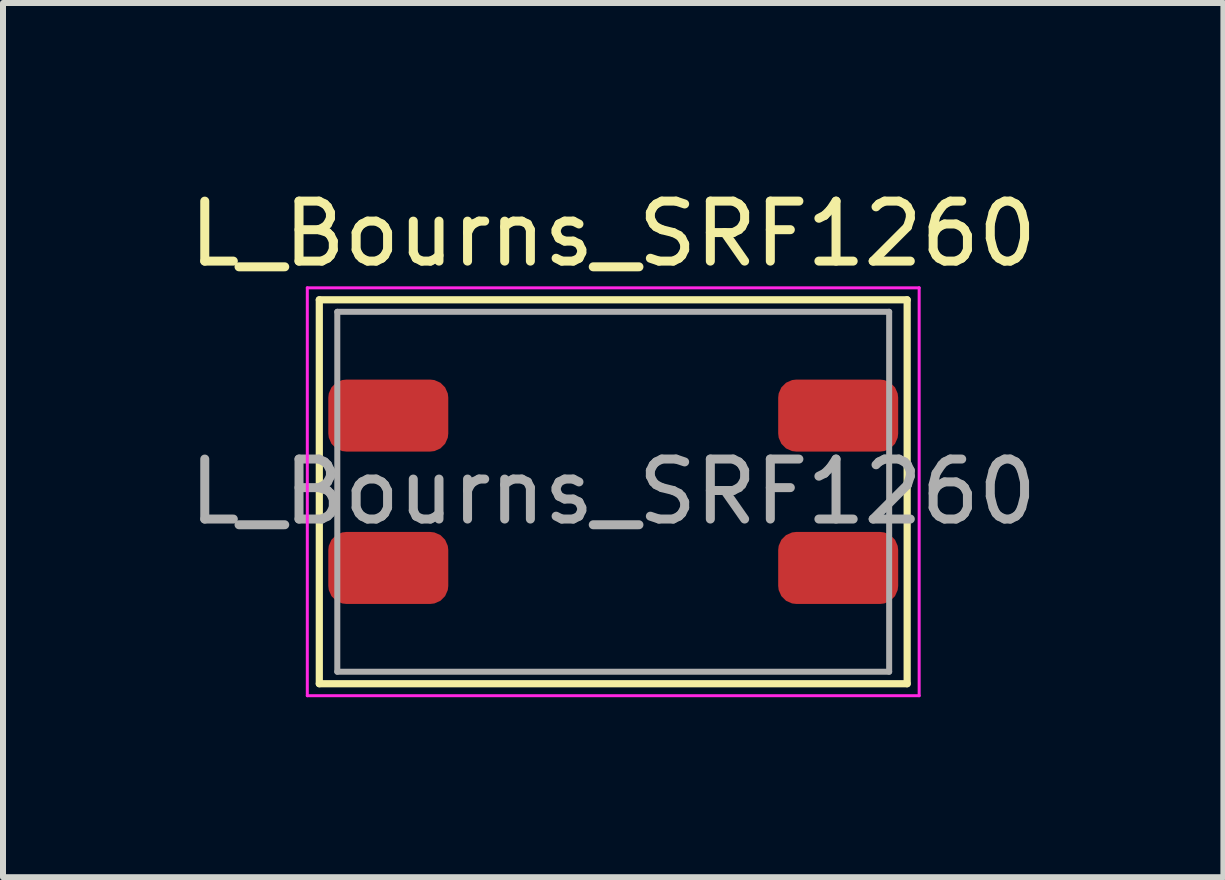
<source format=kicad_pcb>
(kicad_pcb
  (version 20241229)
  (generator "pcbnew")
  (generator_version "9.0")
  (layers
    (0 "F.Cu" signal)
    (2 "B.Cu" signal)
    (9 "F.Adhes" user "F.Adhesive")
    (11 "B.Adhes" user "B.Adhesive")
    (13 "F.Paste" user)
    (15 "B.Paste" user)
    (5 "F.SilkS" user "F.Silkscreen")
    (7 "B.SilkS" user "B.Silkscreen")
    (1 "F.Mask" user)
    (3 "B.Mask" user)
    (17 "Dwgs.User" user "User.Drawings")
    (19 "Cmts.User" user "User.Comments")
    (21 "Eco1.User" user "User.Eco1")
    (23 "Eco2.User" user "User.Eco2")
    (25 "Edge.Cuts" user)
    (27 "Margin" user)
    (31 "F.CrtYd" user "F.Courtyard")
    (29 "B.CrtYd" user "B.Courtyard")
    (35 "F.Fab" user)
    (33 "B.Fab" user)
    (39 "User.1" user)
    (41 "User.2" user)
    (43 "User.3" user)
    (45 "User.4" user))
  (footprint "L_Bourns_SRF1260"
    (layer "F.Cu")
    (at 7.173 5.148)
    (property "Reference" "L_Bourns_SRF1260" (at 0 -4.3 0) (layer "F.SilkS") (effects (font (size 1 1) (thickness 0.15))))
    (attr smd)
    (fp_line (start -4.9 -3.2) (end -4.9 3.2) (stroke (width 0.12) (type solid)) (layer "F.SilkS"))
    (fp_line (start -4.9 -3.2) (end 4.9 -3.2) (stroke (width 0.12) (type solid)) (layer "F.SilkS"))
    (fp_line (start -4.9 3.2) (end 4.9 3.2) (stroke (width 0.12) (type solid)) (layer "F.SilkS"))
    (fp_line (start 4.9 -3.2) (end 4.9 3.2) (stroke (width 0.12) (type solid)) (layer "F.SilkS"))
    (fp_line (start -5.1 -3.4) (end -5.1 3.4) (stroke (width 0.05) (type solid)) (layer "F.CrtYd"))
    (fp_line (start -5.1 -3.4) (end 5.1 -3.4) (stroke (width 0.05) (type solid)) (layer "F.CrtYd"))
    (fp_line (start -5.1 3.4) (end 5.1 3.4) (stroke (width 0.05) (type solid)) (layer "F.CrtYd"))
    (fp_line (start 5.1 -3.4) (end 5.1 3.4) (stroke (width 0.05) (type solid)) (layer "F.CrtYd"))
    (fp_line (start -4.6 -3) (end 4.6 -3) (stroke (width 0.1) (type solid)) (layer "F.Fab"))
    (fp_line (start -4.6 3) (end -4.6 -3) (stroke (width 0.1) (type solid)) (layer "F.Fab"))
    (fp_line (start 4.6 -3) (end 4.6 3) (stroke (width 0.1) (type solid)) (layer "F.Fab"))
    (fp_line (start 4.6 3) (end -4.6 3) (stroke (width 0.1) (type solid)) (layer "F.Fab"))
    (fp_text user "${REFERENCE}" (at 0 0 0) (layer "F.Fab") (effects (font (size 1 1) (thickness 0.15))))
    (pad "1" smd roundrect (at -3.75 1.27) (size 2 1.2) (layers "F.Cu" "F.Mask" "F.Paste") (roundrect_rratio 0.25))
    (pad "2" smd roundrect (at -3.75 -1.27 180) (size 2 1.2) (layers "F.Cu" "F.Mask" "F.Paste") (roundrect_rratio 0.25))
    (pad "3" smd roundrect (at 3.75 -1.27) (size 2 1.2) (layers "F.Cu" "F.Mask" "F.Paste") (roundrect_rratio 0.25))
    (pad "4" smd roundrect (at 3.75 1.27) (size 2 1.2) (layers "F.Cu" "F.Mask" "F.Paste") (roundrect_rratio 0.25)))
  (gr_rect
    (start -3 -3)
    (end 17.345 11.573)
    (stroke (width 0.1) (type default))
    (fill no)
    (layer "Edge.Cuts")))
</source>
